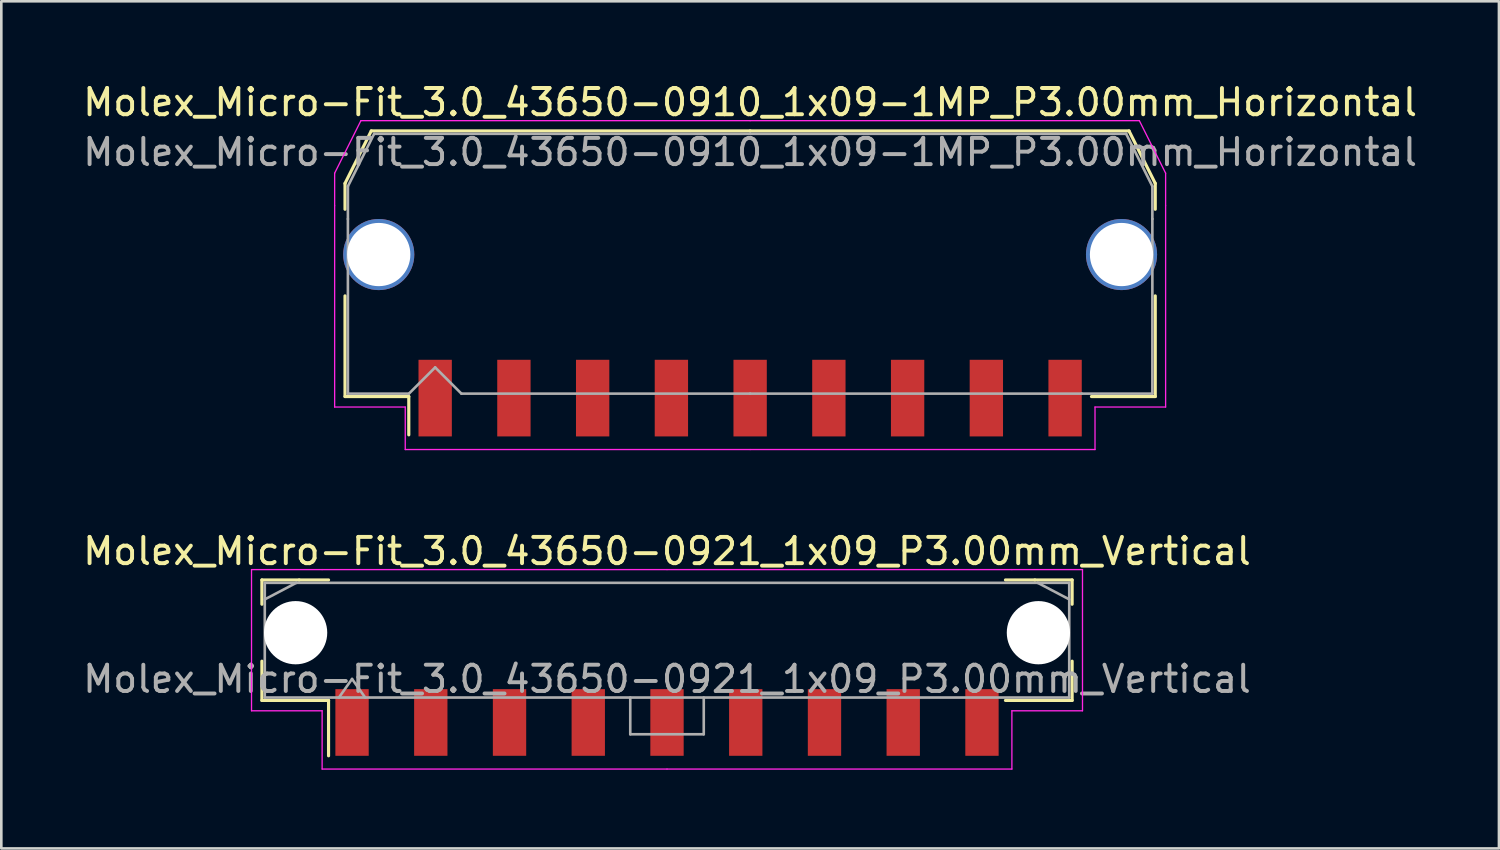
<source format=kicad_pcb>
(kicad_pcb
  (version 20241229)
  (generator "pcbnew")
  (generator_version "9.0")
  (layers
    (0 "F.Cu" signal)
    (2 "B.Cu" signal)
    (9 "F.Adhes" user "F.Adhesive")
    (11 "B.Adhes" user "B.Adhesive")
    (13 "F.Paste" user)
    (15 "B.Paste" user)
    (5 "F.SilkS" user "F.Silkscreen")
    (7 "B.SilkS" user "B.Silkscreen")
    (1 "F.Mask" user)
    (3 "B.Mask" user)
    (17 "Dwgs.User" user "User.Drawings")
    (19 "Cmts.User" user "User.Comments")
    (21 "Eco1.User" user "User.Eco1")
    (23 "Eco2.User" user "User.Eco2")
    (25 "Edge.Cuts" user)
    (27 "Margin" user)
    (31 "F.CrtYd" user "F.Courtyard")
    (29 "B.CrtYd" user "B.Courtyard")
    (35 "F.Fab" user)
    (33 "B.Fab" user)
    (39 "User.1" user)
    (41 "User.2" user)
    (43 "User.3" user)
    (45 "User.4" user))
  (footprint "Molex_Micro-Fit_3.0_43650-0910_1x09-1MP_P3.00mm_Horizontal"
    (layer "F.Cu")
    (at 25.53 6.998)
    (property "Reference" "Molex_Micro-Fit_3.0_43650-0910_1x09-1MP_P3.00mm_Horizontal" (at 0 -6.15 0) (layer "F.SilkS") (effects (font (size 1 1) (thickness 0.15))))
    (attr smd)
    (fp_line (start -15.435 -3.06) (end -15.435 -2.075) (stroke (width 0.12) (type solid)) (layer "F.SilkS"))
    (fp_line (start -15.435 1.225) (end -15.435 5.06) (stroke (width 0.12) (type solid)) (layer "F.SilkS"))
    (fp_line (start -15.435 5.06) (end -13.005 5.06) (stroke (width 0.12) (type solid)) (layer "F.SilkS"))
    (fp_line (start -14.435 -5.06) (end -15.435 -3.06) (stroke (width 0.12) (type solid)) (layer "F.SilkS"))
    (fp_line (start -13.005 5.06) (end -13.005 6.52) (stroke (width 0.12) (type solid)) (layer "F.SilkS"))
    (fp_line (start 0 -5.06) (end -14.435 -5.06) (stroke (width 0.12) (type solid)) (layer "F.SilkS"))
    (fp_line (start 0 -5.06) (end 14.435 -5.06) (stroke (width 0.12) (type solid)) (layer "F.SilkS"))
    (fp_line (start 14.435 -5.06) (end 15.435 -3.06) (stroke (width 0.12) (type solid)) (layer "F.SilkS"))
    (fp_line (start 15.435 -3.06) (end 15.435 -2.075) (stroke (width 0.12) (type solid)) (layer "F.SilkS"))
    (fp_line (start 15.435 1.225) (end 15.435 5.06) (stroke (width 0.12) (type solid)) (layer "F.SilkS"))
    (fp_line (start 15.435 5.06) (end 13.005 5.06) (stroke (width 0.12) (type solid)) (layer "F.SilkS"))
    (fp_line (start -15.83 -3.45) (end -15.83 -2.21) (stroke (width 0.05) (type solid)) (layer "F.CrtYd"))
    (fp_line (start -15.83 -2.21) (end -15.83 5.46) (stroke (width 0.05) (type solid)) (layer "F.CrtYd"))
    (fp_line (start -15.83 5.46) (end -13.14 5.46) (stroke (width 0.05) (type solid)) (layer "F.CrtYd"))
    (fp_line (start -14.83 -5.45) (end -15.83 -3.45) (stroke (width 0.05) (type solid)) (layer "F.CrtYd"))
    (fp_line (start -13.14 5.46) (end -13.14 7.08) (stroke (width 0.05) (type solid)) (layer "F.CrtYd"))
    (fp_line (start -13.14 7.08) (end 0 7.08) (stroke (width 0.05) (type solid)) (layer "F.CrtYd"))
    (fp_line (start 0 -5.45) (end -14.83 -5.45) (stroke (width 0.05) (type solid)) (layer "F.CrtYd"))
    (fp_line (start 0 -5.45) (end 14.83 -5.45) (stroke (width 0.05) (type solid)) (layer "F.CrtYd"))
    (fp_line (start 13.14 5.46) (end 13.14 7.08) (stroke (width 0.05) (type solid)) (layer "F.CrtYd"))
    (fp_line (start 13.14 7.08) (end 0 7.08) (stroke (width 0.05) (type solid)) (layer "F.CrtYd"))
    (fp_line (start 14.83 -5.45) (end 15.83 -3.45) (stroke (width 0.05) (type solid)) (layer "F.CrtYd"))
    (fp_line (start 15.83 -3.45) (end 15.83 -2.21) (stroke (width 0.05) (type solid)) (layer "F.CrtYd"))
    (fp_line (start 15.83 -2.21) (end 15.83 5.46) (stroke (width 0.05) (type solid)) (layer "F.CrtYd"))
    (fp_line (start 15.83 5.46) (end 13.14 5.46) (stroke (width 0.05) (type solid)) (layer "F.CrtYd"))
    (fp_line (start -15.325 -2.95) (end -15.325 -1.705) (stroke (width 0.1) (type solid)) (layer "F.Fab"))
    (fp_line (start -15.325 -1.705) (end -15.325 4.95) (stroke (width 0.1) (type solid)) (layer "F.Fab"))
    (fp_line (start -15.325 4.95) (end -13 4.95) (stroke (width 0.1) (type solid)) (layer "F.Fab"))
    (fp_line (start -14.325 -4.95) (end -15.325 -2.95) (stroke (width 0.1) (type solid)) (layer "F.Fab"))
    (fp_line (start -13 4.95) (end -12 3.95) (stroke (width 0.1) (type solid)) (layer "F.Fab"))
    (fp_line (start -12 3.95) (end -11 4.95) (stroke (width 0.1) (type solid)) (layer "F.Fab"))
    (fp_line (start -11 4.95) (end 0 4.95) (stroke (width 0.1) (type solid)) (layer "F.Fab"))
    (fp_line (start 0 -4.95) (end -14.325 -4.95) (stroke (width 0.1) (type solid)) (layer "F.Fab"))
    (fp_line (start 0 -4.95) (end 14.325 -4.95) (stroke (width 0.1) (type solid)) (layer "F.Fab"))
    (fp_line (start 12.635 4.95) (end 0 4.95) (stroke (width 0.1) (type solid)) (layer "F.Fab"))
    (fp_line (start 14.325 -4.95) (end 15.325 -2.95) (stroke (width 0.1) (type solid)) (layer "F.Fab"))
    (fp_line (start 15.325 -2.95) (end 15.325 -1.705) (stroke (width 0.1) (type solid)) (layer "F.Fab"))
    (fp_line (start 15.325 -1.705) (end 15.325 4.95) (stroke (width 0.1) (type solid)) (layer "F.Fab"))
    (fp_line (start 15.325 4.95) (end 12.635 4.95) (stroke (width 0.1) (type solid)) (layer "F.Fab"))
    (fp_text user "${REFERENCE}" (at 0 -4.25 0) (layer "F.Fab") (effects (font (size 1 1) (thickness 0.15))))
    (pad "1" smd rect (at -12 5.12) (size 1.27 2.92) (layers "F.Cu" "F.Mask" "F.Paste"))
    (pad "2" smd rect (at -9 5.12) (size 1.27 2.92) (layers "F.Cu" "F.Mask" "F.Paste"))
    (pad "3" smd rect (at -6 5.12) (size 1.27 2.92) (layers "F.Cu" "F.Mask" "F.Paste"))
    (pad "4" smd rect (at -3 5.12) (size 1.27 2.92) (layers "F.Cu" "F.Mask" "F.Paste"))
    (pad "5" smd rect (at 0 5.12) (size 1.27 2.92) (layers "F.Cu" "F.Mask" "F.Paste"))
    (pad "6" smd rect (at 3 5.12) (size 1.27 2.92) (layers "F.Cu" "F.Mask" "F.Paste"))
    (pad "7" smd rect (at 6 5.12) (size 1.27 2.92) (layers "F.Cu" "F.Mask" "F.Paste"))
    (pad "8" smd rect (at 9 5.12) (size 1.27 2.92) (layers "F.Cu" "F.Mask" "F.Paste"))
    (pad "9" smd rect (at 12 5.12) (size 1.27 2.92) (layers "F.Cu" "F.Mask" "F.Paste"))
    (pad "MP" thru_hole circle (at -14.15 -0.35) (size 2.71 2.71) (drill 2.41) (property pad_prop_heatsink) (layers "*.Cu" "*.Mask"))
    (pad "MP" thru_hole circle (at 14.15 -0.35) (size 2.71 2.71) (drill 2.41) (property pad_prop_heatsink) (layers "*.Cu" "*.Mask")))
  (footprint "Molex_Micro-Fit_3.0_43650-0921_1x09_P3.00mm_Vertical"
    (layer "F.Cu")
    (at 22.363 21.341)
    (property "Reference" "Molex_Micro-Fit_3.0_43650-0921_1x09_P3.00mm_Vertical" (at 0 -3.39 0) (layer "F.SilkS") (effects (font (size 1 1) (thickness 0.15))))
    (attr smd)
    (fp_line (start -15.435 -2.295) (end -14.015 -2.295) (stroke (width 0.12) (type solid)) (layer "F.SilkS"))
    (fp_line (start -15.435 -1.37) (end -15.435 -2.295) (stroke (width 0.12) (type solid)) (layer "F.SilkS"))
    (fp_line (start -15.435 0.8) (end -15.435 2.295) (stroke (width 0.12) (type solid)) (layer "F.SilkS"))
    (fp_line (start -15.435 2.295) (end -12.895 2.295) (stroke (width 0.12) (type solid)) (layer "F.SilkS"))
    (fp_line (start -14.015 -2.295) (end -12.895 -2.295) (stroke (width 0.12) (type solid)) (layer "F.SilkS"))
    (fp_line (start -12.895 2.295) (end -12.895 4.405) (stroke (width 0.12) (type solid)) (layer "F.SilkS"))
    (fp_line (start 14.015 -2.295) (end 12.895 -2.295) (stroke (width 0.12) (type solid)) (layer "F.SilkS"))
    (fp_line (start 15.435 -2.295) (end 14.015 -2.295) (stroke (width 0.12) (type solid)) (layer "F.SilkS"))
    (fp_line (start 15.435 -1.37) (end 15.435 -2.295) (stroke (width 0.12) (type solid)) (layer "F.SilkS"))
    (fp_line (start 15.435 0.8) (end 15.435 2.295) (stroke (width 0.12) (type solid)) (layer "F.SilkS"))
    (fp_line (start 15.435 2.295) (end 12.895 2.295) (stroke (width 0.12) (type solid)) (layer "F.SilkS"))
    (fp_line (start -15.83 -2.69) (end -15.83 2.69) (stroke (width 0.05) (type solid)) (layer "F.CrtYd"))
    (fp_line (start -15.83 2.69) (end -13.14 2.69) (stroke (width 0.05) (type solid)) (layer "F.CrtYd"))
    (fp_line (start -13.14 -2.69) (end -15.83 -2.69) (stroke (width 0.05) (type solid)) (layer "F.CrtYd"))
    (fp_line (start -13.14 2.69) (end -13.14 4.91) (stroke (width 0.05) (type solid)) (layer "F.CrtYd"))
    (fp_line (start -13.14 4.91) (end 0 4.91) (stroke (width 0.05) (type solid)) (layer "F.CrtYd"))
    (fp_line (start 0 -2.69) (end -13.14 -2.69) (stroke (width 0.05) (type solid)) (layer "F.CrtYd"))
    (fp_line (start 0 -2.69) (end 13.14 -2.69) (stroke (width 0.05) (type solid)) (layer "F.CrtYd"))
    (fp_line (start 13.14 -2.69) (end 15.83 -2.69) (stroke (width 0.05) (type solid)) (layer "F.CrtYd"))
    (fp_line (start 13.14 2.69) (end 13.14 4.91) (stroke (width 0.05) (type solid)) (layer "F.CrtYd"))
    (fp_line (start 13.14 4.91) (end 0 4.91) (stroke (width 0.05) (type solid)) (layer "F.CrtYd"))
    (fp_line (start 15.83 -2.69) (end 15.83 2.69) (stroke (width 0.05) (type solid)) (layer "F.CrtYd"))
    (fp_line (start 15.83 2.69) (end 13.14 2.69) (stroke (width 0.05) (type solid)) (layer "F.CrtYd"))
    (fp_line (start -15.325 -2.185) (end -15.325 2.185) (stroke (width 0.1) (type solid)) (layer "F.Fab"))
    (fp_line (start -15.325 -1.555) (end -14.125 -2.185) (stroke (width 0.1) (type solid)) (layer "F.Fab"))
    (fp_line (start -15.325 2.185) (end 15.325 2.185) (stroke (width 0.1) (type solid)) (layer "F.Fab"))
    (fp_line (start -14.125 -2.185) (end -15.325 -2.185) (stroke (width 0.1) (type solid)) (layer "F.Fab"))
    (fp_line (start -12.5 2.185) (end -12 1.478) (stroke (width 0.1) (type solid)) (layer "F.Fab"))
    (fp_line (start -12 1.478) (end -11.5 2.185) (stroke (width 0.1) (type solid)) (layer "F.Fab"))
    (fp_line (start -1.4 2.185) (end -1.4 3.585) (stroke (width 0.1) (type solid)) (layer "F.Fab"))
    (fp_line (start -1.4 3.585) (end 1.4 3.585) (stroke (width 0.1) (type solid)) (layer "F.Fab"))
    (fp_line (start 1.4 3.585) (end 1.4 2.185) (stroke (width 0.1) (type solid)) (layer "F.Fab"))
    (fp_line (start 14.125 -2.185) (end -14.125 -2.185) (stroke (width 0.1) (type solid)) (layer "F.Fab"))
    (fp_line (start 15.325 -2.185) (end 14.125 -2.185) (stroke (width 0.1) (type solid)) (layer "F.Fab"))
    (fp_line (start 15.325 -1.555) (end 14.125 -2.185) (stroke (width 0.1) (type solid)) (layer "F.Fab"))
    (fp_line (start 15.325 2.185) (end 15.325 -2.185) (stroke (width 0.1) (type solid)) (layer "F.Fab"))
    (fp_text user "${REFERENCE}" (at 0 1.48 0) (layer "F.Fab") (effects (font (size 1 1) (thickness 0.15))))
    (pad "" np_thru_hole circle (at -14.15 -0.285) (size 2.41 2.41) (drill 2.41) (layers "*.Cu" "*.Mask"))
    (pad "" np_thru_hole circle (at 14.15 -0.285) (size 2.41 2.41) (drill 2.41) (layers "*.Cu" "*.Mask"))
    (pad "1" smd rect (at -12 3.135) (size 1.27 2.54) (layers "F.Cu" "F.Mask" "F.Paste"))
    (pad "2" smd rect (at -9 3.135) (size 1.27 2.54) (layers "F.Cu" "F.Mask" "F.Paste"))
    (pad "3" smd rect (at -6 3.135) (size 1.27 2.54) (layers "F.Cu" "F.Mask" "F.Paste"))
    (pad "4" smd rect (at -3 3.135) (size 1.27 2.54) (layers "F.Cu" "F.Mask" "F.Paste"))
    (pad "5" smd rect (at 0 3.135) (size 1.27 2.54) (layers "F.Cu" "F.Mask" "F.Paste"))
    (pad "6" smd rect (at 3 3.135) (size 1.27 2.54) (layers "F.Cu" "F.Mask" "F.Paste"))
    (pad "7" smd rect (at 6 3.135) (size 1.27 2.54) (layers "F.Cu" "F.Mask" "F.Paste"))
    (pad "8" smd rect (at 9 3.135) (size 1.27 2.54) (layers "F.Cu" "F.Mask" "F.Paste"))
    (pad "9" smd rect (at 12 3.135) (size 1.27 2.54) (layers "F.Cu" "F.Mask" "F.Paste")))
  (gr_rect
    (start -3 -3)
    (end 54.06 29.276)
    (stroke (width 0.1) (type default))
    (fill no)
    (layer "Edge.Cuts")))
</source>
